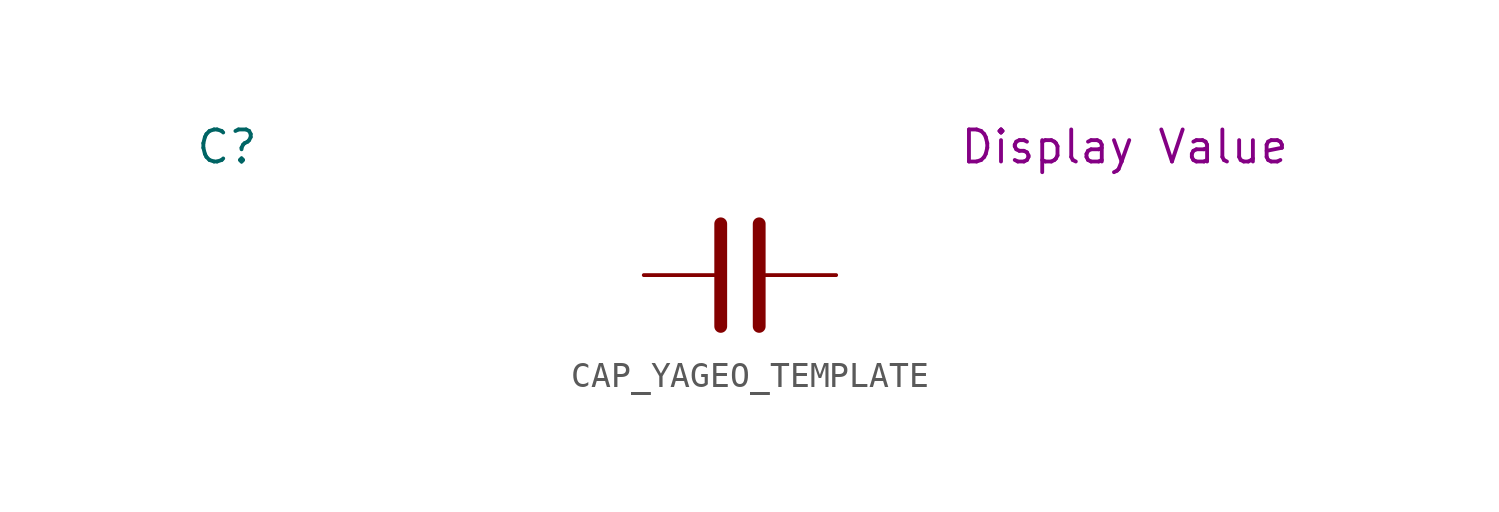
<source format=kicad_sym>
(kicad_symbol_lib
  (version 20231120)
  (generator "kicad_symbol_editor")
  (generator_version "8.0")
  (symbol "CAP_YAGEO_TEMPLATE"
    (pin_numbers hide)
    (property "Reference" "C"
      (at -20.32 5.08 0)
      (effects (font (size 1.27 1.27))))
    (property "Display Value" "Display Value"
      (at 15.24 5.08 0)
      (effects (font (size 1.27 1.27))))
    (symbol "CAP_YAGEO_TEMPLATE_0_1"
      (polyline (pts (xy -0.762 -2.032) (xy -0.762 2.032)) (stroke (width 0.508) (type default)) (fill (type none)))
      (polyline (pts (xy 0.762 -2.032) (xy 0.762 2.032)) (stroke (width 0.508) (type default)) (fill (type none))))
    (symbol "CAP_YAGEO_TEMPLATE_1_1"
      (pin passive line (at -3.81 0 0) (length 2.794) (name "~" (effects (font (size 1.27 1.27)))) (number "1" (effects (font (size 1.27 1.27)))))
      (pin passive line (at 3.81 0 180) (length 2.794) (name "~" (effects (font (size 1.27 1.27)))) (number "2" (effects (font (size 1.27 1.27))))))))
</source>
